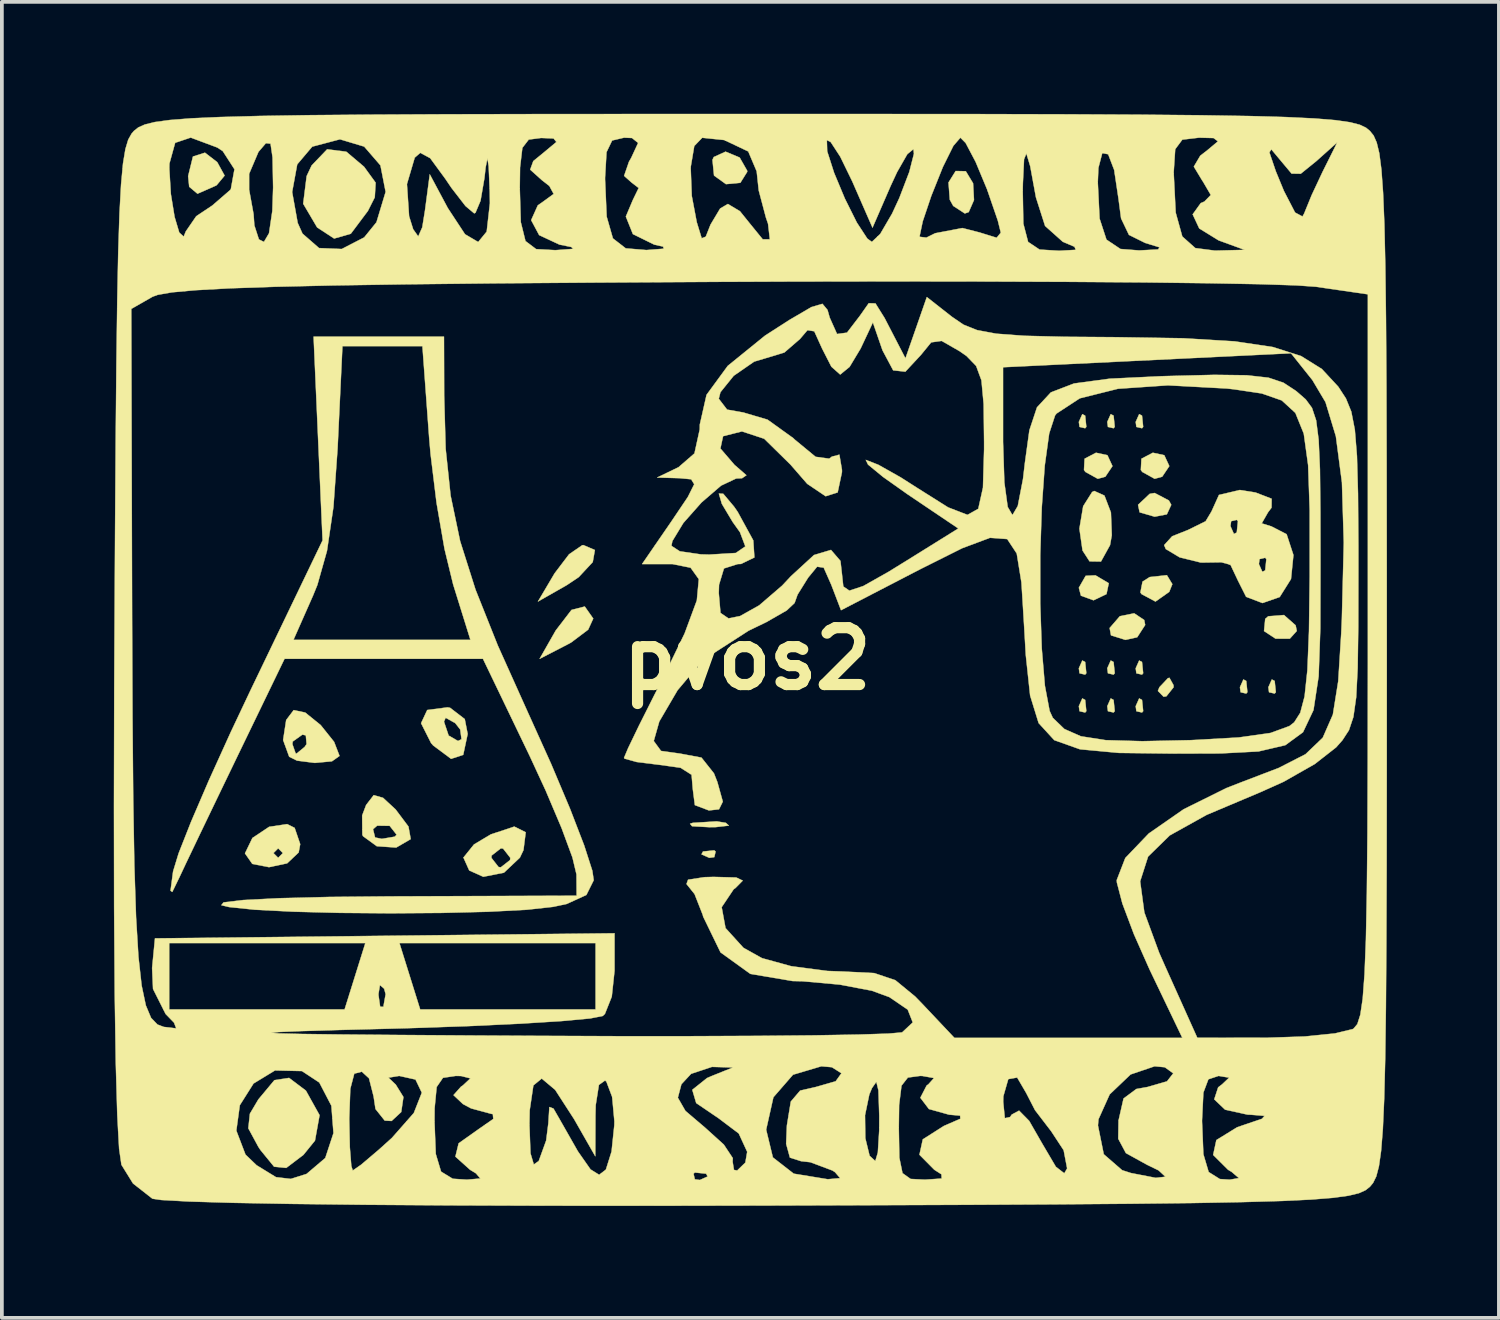
<source format=kicad_pcb>
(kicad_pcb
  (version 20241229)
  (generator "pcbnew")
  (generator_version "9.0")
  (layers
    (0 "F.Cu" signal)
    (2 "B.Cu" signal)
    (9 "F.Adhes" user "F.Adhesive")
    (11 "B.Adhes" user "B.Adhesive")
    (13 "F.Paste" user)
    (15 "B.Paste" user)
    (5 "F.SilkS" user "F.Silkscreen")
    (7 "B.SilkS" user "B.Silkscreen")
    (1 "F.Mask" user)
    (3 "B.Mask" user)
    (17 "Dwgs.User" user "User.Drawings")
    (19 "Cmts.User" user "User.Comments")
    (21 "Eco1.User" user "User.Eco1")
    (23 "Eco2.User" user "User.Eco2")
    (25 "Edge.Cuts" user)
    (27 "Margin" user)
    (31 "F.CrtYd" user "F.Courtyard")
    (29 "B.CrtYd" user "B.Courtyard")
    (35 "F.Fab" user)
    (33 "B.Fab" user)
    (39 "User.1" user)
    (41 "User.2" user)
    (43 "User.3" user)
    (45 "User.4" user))
  (footprint "pvos2"
    (layer "F.Cu")
    (at 16.979 14.61)
    (property "Reference" "pvos2" (at 0 0 0) (layer "F.SilkS") (effects (font (size 1.524 1.524) (thickness 0.3))))
    (attr through_hole)
    (fp_poly (pts (xy -0.847 5.165) (xy -0.882 5.316) (xy -1.016 5.334) (xy -1.225 5.241) (xy -1.185 5.165) (xy -0.884 5.134) (xy -0.847 5.165)) (stroke (width 0.01) (type solid)) (fill yes) (layer "F.SilkS"))
    (fp_poly (pts (xy 9.059 -6.519) (xy 9.09 -6.218) (xy 9.059 -6.181) (xy 8.908 -6.216) (xy 8.89 -6.35) (xy 8.983 -6.559) (xy 9.059 -6.519)) (stroke (width 0.01) (type solid)) (fill yes) (layer "F.SilkS"))
    (fp_poly (pts (xy 9.059 0.085) (xy 9.09 0.386) (xy 9.059 0.423) (xy 8.908 0.388) (xy 8.89 0.254) (xy 8.983 0.045) (xy 9.059 0.085)) (stroke (width 0.01) (type solid)) (fill yes) (layer "F.SilkS"))
    (fp_poly (pts (xy 9.059 1.101) (xy 9.09 1.402) (xy 9.059 1.439) (xy 8.908 1.404) (xy 8.89 1.27) (xy 8.983 1.061) (xy 9.059 1.101)) (stroke (width 0.01) (type solid)) (fill yes) (layer "F.SilkS"))
    (fp_poly (pts (xy 9.821 -6.519) (xy 9.852 -6.218) (xy 9.821 -6.181) (xy 9.67 -6.216) (xy 9.652 -6.35) (xy 9.745 -6.559) (xy 9.821 -6.519)) (stroke (width 0.01) (type solid)) (fill yes) (layer "F.SilkS"))
    (fp_poly (pts (xy 9.821 0.085) (xy 9.852 0.386) (xy 9.821 0.423) (xy 9.67 0.388) (xy 9.652 0.254) (xy 9.745 0.045) (xy 9.821 0.085)) (stroke (width 0.01) (type solid)) (fill yes) (layer "F.SilkS"))
    (fp_poly (pts (xy 9.821 1.101) (xy 9.852 1.402) (xy 9.821 1.439) (xy 9.67 1.404) (xy 9.652 1.27) (xy 9.745 1.061) (xy 9.821 1.101)) (stroke (width 0.01) (type solid)) (fill yes) (layer "F.SilkS"))
    (fp_poly (pts (xy 10.583 -6.519) (xy 10.614 -6.218) (xy 10.583 -6.181) (xy 10.432 -6.216) (xy 10.414 -6.35) (xy 10.507 -6.559) (xy 10.583 -6.519)) (stroke (width 0.01) (type solid)) (fill yes) (layer "F.SilkS"))
    (fp_poly (pts (xy 10.583 0.085) (xy 10.614 0.386) (xy 10.583 0.423) (xy 10.432 0.388) (xy 10.414 0.254) (xy 10.507 0.045) (xy 10.583 0.085)) (stroke (width 0.01) (type solid)) (fill yes) (layer "F.SilkS"))
    (fp_poly (pts (xy 10.583 1.101) (xy 10.614 1.402) (xy 10.583 1.439) (xy 10.432 1.404) (xy 10.414 1.27) (xy 10.507 1.061) (xy 10.583 1.101)) (stroke (width 0.01) (type solid)) (fill yes) (layer "F.SilkS"))
    (fp_poly (pts (xy 13.377 0.593) (xy 13.408 0.894) (xy 13.377 0.931) (xy 13.226 0.896) (xy 13.208 0.762) (xy 13.301 0.553) (xy 13.377 0.593)) (stroke (width 0.01) (type solid)) (fill yes) (layer "F.SilkS"))
    (fp_poly (pts (xy 14.139 0.593) (xy 14.17 0.894) (xy 14.139 0.931) (xy 13.988 0.896) (xy 13.97 0.762) (xy 14.063 0.553) (xy 14.139 0.593)) (stroke (width 0.01) (type solid)) (fill yes) (layer "F.SilkS"))
    (fp_poly (pts (xy 9.692 -2.026) (xy 9.631 -1.735) (xy 9.284 -1.569) (xy 8.946 -1.692) (xy 8.89 -1.905) (xy 9.073 -2.225) (xy 9.335 -2.238) (xy 9.692 -2.026)) (stroke (width 0.01) (type solid)) (fill yes) (layer "F.SilkS"))
    (fp_poly (pts (xy -4.127 -1.079) (xy -4.263 -0.782) (xy -4.721 -0.437) (xy -4.798 -0.395) (xy -5.565 0.001) (xy -5.132 -0.76) (xy -4.709 -1.311) (xy -4.354 -1.402) (xy -4.127 -1.079)) (stroke (width 0.01) (type solid)) (fill yes) (layer "F.SilkS"))
    (fp_poly (pts (xy -0.572 4.397) (xy -0.492 4.471) (xy -0.844 4.511) (xy -1.016 4.513) (xy -1.478 4.487) (xy -1.533 4.421) (xy -1.46 4.397) (xy -0.816 4.357) (xy -0.572 4.397)) (stroke (width 0.01) (type solid)) (fill yes) (layer "F.SilkS"))
    (fp_poly (pts (xy 9.656 -5.458) (xy 9.791 -5.166) (xy 9.6 -4.882) (xy 9.398 -4.826) (xy 9.067 -5.009) (xy 9.028 -5.062) (xy 9.044 -5.364) (xy 9.35 -5.524) (xy 9.656 -5.458)) (stroke (width 0.01) (type solid)) (fill yes) (layer "F.SilkS"))
    (fp_poly (pts (xy 10.642 -1.04) (xy 10.668 -0.908) (xy 10.454 -0.578) (xy 10.139 -0.508) (xy 9.752 -0.629) (xy 9.715 -0.826) (xy 9.989 -1.142) (xy 10.373 -1.22) (xy 10.642 -1.04)) (stroke (width 0.01) (type solid)) (fill yes) (layer "F.SilkS"))
    (fp_poly (pts (xy 11.18 -5.458) (xy 11.315 -5.166) (xy 11.124 -4.882) (xy 10.922 -4.826) (xy 10.591 -5.009) (xy 10.552 -5.062) (xy 10.568 -5.364) (xy 10.874 -5.524) (xy 11.18 -5.458)) (stroke (width 0.01) (type solid)) (fill yes) (layer "F.SilkS"))
    (fp_poly (pts (xy 11.303 -4.245) (xy 11.367 -4.128) (xy 11.249 -3.873) (xy 10.922 -3.81) (xy 10.519 -3.927) (xy 10.477 -4.128) (xy 10.789 -4.422) (xy 10.922 -4.445) (xy 11.303 -4.245)) (stroke (width 0.01) (type solid)) (fill yes) (layer "F.SilkS"))
    (fp_poly (pts (xy 11.396 -2.002) (xy 11.313 -1.795) (xy 10.944 -1.535) (xy 10.569 -1.736) (xy 10.54 -1.78) (xy 10.597 -2.069) (xy 10.79 -2.192) (xy 11.25 -2.242) (xy 11.396 -2.002)) (stroke (width 0.01) (type solid)) (fill yes) (layer "F.SilkS"))
    (fp_poly (pts (xy 11.427 0.705) (xy 11.43 0.762) (xy 11.235 1.006) (xy 11.161 1.016) (xy 11.009 0.86) (xy 11.049 0.762) (xy 11.277 0.52) (xy 11.318 0.508) (xy 11.427 0.705)) (stroke (width 0.01) (type solid)) (fill yes) (layer "F.SilkS"))
    (fp_poly (pts (xy 14.701 -0.898) (xy 14.732 -0.747) (xy 14.545 -0.54) (xy 14.162 -0.541) (xy 13.854 -0.744) (xy 13.886 -1.071) (xy 13.966 -1.14) (xy 14.388 -1.174) (xy 14.701 -0.898)) (stroke (width 0.01) (type solid)) (fill yes) (layer "F.SilkS"))
    (fp_poly (pts (xy -14.206 -13.313) (xy -14.008 -12.953) (xy -14.221 -12.697) (xy -14.24 -12.685) (xy -14.735 -12.467) (xy -14.957 -12.653) (xy -14.986 -12.939) (xy -14.857 -13.464) (xy -14.535 -13.567) (xy -14.206 -13.313)) (stroke (width 0.01) (type solid)) (fill yes) (layer "F.SilkS"))
    (fp_poly (pts (xy -4.083 -2.916) (xy -4.14 -2.594) (xy -4.516 -2.19) (xy -4.839 -1.974) (xy -5.61 -1.535) (xy -5.163 -2.291) (xy -4.775 -2.802) (xy -4.422 -3.045) (xy -4.39 -3.048) (xy -4.083 -2.916)) (stroke (width 0.01) (type solid)) (fill yes) (layer "F.SilkS"))
    (fp_poly (pts (xy -0.202 -13.437) (xy -0.001 -13.085) (xy 0 -13.054) (xy -0.184 -12.76) (xy -0.569 -12.724) (xy -0.889 -12.954) (xy -0.931 -13.374) (xy -0.896 -13.451) (xy -0.58 -13.595) (xy -0.202 -13.437)) (stroke (width 0.01) (type solid)) (fill yes) (layer "F.SilkS"))
    (fp_poly (pts (xy 5.86 -13.07) (xy 6.055 -12.747) (xy 6.079 -12.298) (xy 5.938 -11.975) (xy 5.834 -11.938) (xy 5.523 -12.14) (xy 5.431 -12.307) (xy 5.396 -12.768) (xy 5.588 -13.076) (xy 5.86 -13.07)) (stroke (width 0.01) (type solid)) (fill yes) (layer "F.SilkS"))
    (fp_poly (pts (xy 9.576 -4.376) (xy 9.75 -3.922) (xy 9.773 -3.312) (xy 9.726 -3.048) (xy 9.483 -2.608) (xy 9.177 -2.613) (xy 8.989 -2.903) (xy 8.905 -3.489) (xy 9.006 -4.091) (xy 9.246 -4.471) (xy 9.302 -4.499) (xy 9.576 -4.376)) (stroke (width 0.01) (type solid)) (fill yes) (layer "F.SilkS"))
    (fp_poly (pts (xy -10.746 -13.593) (xy -10.271 -13.191) (xy -9.96 -12.763) (xy -9.983 -12.371) (xy -10.168 -12.005) (xy -10.626 -11.394) (xy -11.072 -11.266) (xy -11.528 -11.564) (xy -11.902 -12.199) (xy -11.809 -12.94) (xy -11.675 -13.225) (xy -11.26 -13.658) (xy -10.746 -13.593)) (stroke (width 0.01) (type solid)) (fill yes) (layer "F.SilkS"))
    (fp_poly (pts (xy -11.829 11.575) (xy -11.463 12.233) (xy -11.586 12.915) (xy -11.895 13.296) (xy -12.356 13.646) (xy -12.682 13.614) (xy -13.048 13.166) (xy -13.104 13.081) (xy -13.373 12.584) (xy -13.33 12.193) (xy -13.104 11.811) (xy -12.673 11.294) (xy -12.281 11.234) (xy -11.829 11.575)) (stroke (width 0.01) (type solid)) (fill yes) (layer "F.SilkS"))
    (fp_poly (pts (xy -12.131 4.531) (xy -11.982 4.968) (xy -12.023 5.19) (xy -12.332 5.482) (xy -12.818 5.585) (xy -13.266 5.497) (xy -13.462 5.216) (xy -13.458 5.207) (xy -12.7 5.207) (xy -12.573 5.334) (xy -12.446 5.207) (xy -12.573 5.08) (xy -12.7 5.207) (xy -13.458 5.207) (xy -13.263 4.802) (xy -12.814 4.503) (xy -12.332 4.431) (xy -12.131 4.531)) (stroke (width 0.01) (type solid)) (fill yes) (layer "F.SilkS"))
    (fp_poly (pts (xy -7.964 1.313) (xy -7.571 1.615) (xy -7.493 2.014) (xy -7.612 2.573) (xy -7.937 2.681) (xy -8.416 2.324) (xy -8.473 2.259) (xy -8.742 1.726) (xy -8.723 1.685) (xy -8.128 1.685) (xy -8.003 2.057) (xy -7.752 2.202) (xy -7.658 2.155) (xy -7.693 1.894) (xy -7.827 1.723) (xy -8.083 1.58) (xy -8.128 1.685) (xy -8.723 1.685) (xy -8.577 1.372) (xy -8.034 1.301) (xy -7.964 1.313)) (stroke (width 0.01) (type solid)) (fill yes) (layer "F.SilkS"))
    (fp_poly (pts (xy -5.937 4.649) (xy -5.997 5.127) (xy -6.093 5.329) (xy -6.521 5.733) (xy -7.074 5.842) (xy -7.451 5.673) (xy -7.603 5.334) (xy -6.858 5.334) (xy -6.665 5.581) (xy -6.604 5.588) (xy -6.357 5.395) (xy -6.35 5.334) (xy -6.543 5.087) (xy -6.604 5.08) (xy -6.851 5.273) (xy -6.858 5.334) (xy -7.603 5.334) (xy -7.606 5.327) (xy -7.323 4.975) (xy -6.872 4.706) (xy -6.243 4.497) (xy -5.937 4.649)) (stroke (width 0.01) (type solid)) (fill yes) (layer "F.SilkS"))
    (fp_poly (pts (xy -11.848 1.44) (xy -11.433 1.776) (xy -11.073 2.226) (xy -10.928 2.603) (xy -11.131 2.747) (xy -11.591 2.79) (xy -12.067 2.729) (xy -12.277 2.625) (xy -12.4 2.286) (xy -12.192 2.286) (xy -12.105 2.533) (xy -12.08 2.54) (xy -11.863 2.362) (xy -11.811 2.286) (xy -11.831 2.052) (xy -11.923 2.032) (xy -12.182 2.216) (xy -12.192 2.286) (xy -12.4 2.286) (xy -12.44 2.177) (xy -12.358 1.641) (xy -12.157 1.375) (xy -11.848 1.44)) (stroke (width 0.01) (type solid)) (fill yes) (layer "F.SilkS"))
    (fp_poly (pts (xy -9.761 3.726) (xy -9.423 4.039) (xy -9.08 4.496) (xy -9.02 4.831) (xy -9.023 4.835) (xy -9.409 5.059) (xy -9.929 5.023) (xy -10.298 4.754) (xy -10.316 4.714) (xy -10.318 4.568) (xy -10.03 4.568) (xy -9.975 4.789) (xy -9.794 4.826) (xy -9.446 4.767) (xy -9.398 4.714) (xy -9.584 4.477) (xy -9.919 4.472) (xy -10.03 4.568) (xy -10.318 4.568) (xy -10.321 4.198) (xy -10.215 3.918) (xy -10.011 3.654) (xy -9.761 3.726)) (stroke (width 0.01) (type solid)) (fill yes) (layer "F.SilkS"))
    (fp_poly (pts (xy 13.626 -4.458) (xy 14.058 -4.291) (xy 14.055 -4.052) (xy 13.961 -3.927) (xy 13.792 -3.631) (xy 14.031 -3.556) (xy 14.039 -3.556) (xy 14.459 -3.341) (xy 14.642 -2.782) (xy 14.577 -2.139) (xy 14.274 -1.656) (xy 13.811 -1.495) (xy 13.374 -1.662) (xy 13.156 -2.095) (xy 12.954 -2.522) (xy 12.887 -2.54) (xy 13.716 -2.54) (xy 13.809 -2.331) (xy 13.885 -2.371) (xy 13.916 -2.672) (xy 13.885 -2.709) (xy 13.734 -2.674) (xy 13.716 -2.54) (xy 12.887 -2.54) (xy 12.71 -2.588) (xy 12.161 -2.58) (xy 11.592 -2.72) (xy 11.221 -2.942) (xy 11.176 -3.048) (xy 11.391 -3.285) (xy 11.811 -3.452) (xy 12.023 -3.556) (xy 12.954 -3.556) (xy 13.047 -3.347) (xy 13.123 -3.387) (xy 13.154 -3.688) (xy 13.123 -3.725) (xy 12.972 -3.69) (xy 12.954 -3.556) (xy 12.023 -3.556) (xy 12.288 -3.687) (xy 12.446 -3.95) (xy 12.646 -4.393) (xy 13.204 -4.525) (xy 13.626 -4.458)) (stroke (width 0.01) (type solid)) (fill yes) (layer "F.SilkS"))
    (fp_poly (pts (xy -8.123 -7.048) (xy -8.083 -5.631) (xy -7.95 -4.374) (xy -7.695 -3.155) (xy -7.283 -1.856) (xy -6.685 -0.357) (xy -5.867 1.463) (xy -5.853 1.493) (xy -5.254 2.821) (xy -4.748 4.021) (xy -4.369 5.004) (xy -4.151 5.682) (xy -4.114 5.934) (xy -4.311 6.33) (xy -4.839 6.571) (xy -5.207 6.649) (xy -5.909 6.726) (xy -6.942 6.78) (xy -8.195 6.811) (xy -9.557 6.821) (xy -10.918 6.81) (xy -12.167 6.778) (xy -13.195 6.726) (xy -13.889 6.654) (xy -14.097 6.604) (xy -14.036 6.529) (xy -13.507 6.466) (xy -12.551 6.417) (xy -11.209 6.383) (xy -9.588 6.368) (xy -4.572 6.35) (xy -4.576 5.779) (xy -4.684 5.326) (xy -4.975 4.538) (xy -5.402 3.531) (xy -5.831 2.603) (xy -7.083 0) (xy -12.402 0) (xy -13.661 2.603) (xy -14.197 3.715) (xy -14.677 4.714) (xy -15.042 5.478) (xy -15.213 5.842) (xy -15.411 6.249) (xy -15.458 6.216) (xy -15.391 5.711) (xy -15.388 5.695) (xy -15.241 5.213) (xy -14.908 4.369) (xy -14.428 3.253) (xy -13.841 1.959) (xy -13.326 0.869) (xy -12.664 -0.508) (xy -12.163 -0.508) (xy -7.419 -0.508) (xy -7.883 -1.997) (xy -8.114 -2.947) (xy -8.328 -4.185) (xy -8.488 -5.494) (xy -8.526 -5.934) (xy -8.706 -8.382) (xy -9.778 -8.382) (xy -10.85 -8.382) (xy -10.98 -5.635) (xy -11.091 -4.072) (xy -11.264 -2.894) (xy -11.522 -1.98) (xy -11.637 -1.698) (xy -12.163 -0.508) (xy -12.664 -0.508) (xy -11.382 -3.175) (xy -11.623 -8.636) (xy -8.128 -8.636) (xy -8.123 -7.048)) (stroke (width 0.01) (type solid)) (fill yes) (layer "F.SilkS"))
    (fp_poly (pts (xy 3.394 -14.604) (xy 6.191 -14.602) (xy 8.555 -14.596) (xy 10.524 -14.586) (xy 12.136 -14.571) (xy 13.428 -14.55) (xy 14.439 -14.522) (xy 15.206 -14.485) (xy 15.767 -14.439) (xy 16.159 -14.383) (xy 16.42 -14.316) (xy 16.588 -14.236) (xy 16.691 -14.151) (xy 16.791 -14.027) (xy 16.874 -13.84) (xy 16.944 -13.55) (xy 17 -13.116) (xy 17.045 -12.496) (xy 17.08 -11.65) (xy 17.105 -10.537) (xy 17.123 -9.114) (xy 17.135 -7.343) (xy 17.141 -5.18) (xy 17.144 -2.586) (xy 17.145 -0.000001) (xy 17.144 2.995) (xy 17.141 5.524) (xy 17.133 7.627) (xy 17.121 9.344) (xy 17.102 10.719) (xy 17.075 11.79) (xy 17.039 12.601) (xy 16.992 13.19) (xy 16.934 13.601) (xy 16.863 13.873) (xy 16.777 14.048) (xy 16.692 14.151) (xy 16.574 14.244) (xy 16.396 14.324) (xy 16.118 14.391) (xy 15.704 14.448) (xy 15.115 14.495) (xy 14.313 14.533) (xy 13.26 14.563) (xy 11.917 14.588) (xy 10.248 14.607) (xy 8.212 14.623) (xy 5.774 14.636) (xy 2.894 14.647) (xy 0.436 14.655) (xy -2.604 14.661) (xy -5.426 14.659) (xy -7.993 14.65) (xy -10.268 14.634) (xy -12.214 14.611) (xy -13.793 14.582) (xy -14.967 14.547) (xy -15.701 14.507) (xy -15.942 14.472) (xy -16.463 14.064) (xy -16.774 13.562) (xy -16.836 13.134) (xy -16.863 12.647) (xy -13.694 12.647) (xy -13.449 13.289) (xy -13.151 13.575) (xy -12.631 13.894) (xy -12.234 13.941) (xy -11.812 13.808) (xy -11.31 13.381) (xy -11.09 12.713) (xy -11.12 12.327) (xy -10.668 12.327) (xy -10.652 13.09) (xy -10.612 13.594) (xy -10.573 13.716) (xy -10.348 13.56) (xy -9.877 13.16) (xy -9.524 12.842) (xy -9.138 12.404) (xy -8.382 12.404) (xy -8.348 13.272) (xy -8.206 13.746) (xy -7.893 13.937) (xy -7.514 13.962) (xy -7.153 13.93) (xy -7.272 13.791) (xy -7.429 13.696) (xy -7.822 13.343) (xy -7.735 12.987) (xy -7.176 12.591) (xy -7.027 12.488) (xy -5.838 12.488) (xy -5.809 13.256) (xy -5.72 13.554) (xy -5.588 13.462) (xy -5.389 12.913) (xy -5.33 12.446) (xy -5.303 12.014) (xy -5.193 12.055) (xy -5.041 12.319) (xy -4.538 13.203) (xy -4.199 13.687) (xy -3.968 13.831) (xy -3.929 13.801) (xy -1.439 13.801) (xy -1.404 13.952) (xy -1.27 13.97) (xy -1.061 13.877) (xy -1.101 13.801) (xy -1.402 13.77) (xy -1.439 13.801) (xy -3.929 13.801) (xy -3.791 13.694) (xy -3.786 13.686) (xy -3.636 13.208) (xy -3.562 12.499) (xy -3.56 12.397) (xy -3.618 11.764) (xy -1.859 11.764) (xy -1.656 12.118) (xy -1.133 12.563) (xy -0.627 13.021) (xy -0.386 13.384) (xy -0.391 13.479) (xy -0.355 13.7) (xy -0.269 13.716) (xy -0.05 13.504) (xy 0 13.215) (xy -0.227 12.722) (xy -0.362 12.621) (xy 0.508 12.621) (xy 0.688 13.365) (xy 1.248 13.801) (xy 2.159 13.95) (xy 2.491 13.921) (xy 2.355 13.762) (xy 2.286 13.716) (xy 1.694 13.494) (xy 1.445 13.466) (xy 1.145 13.37) (xy 1.044 13.001) (xy 1.064 12.509) (xy 1.109 12.234) (xy 3.158 12.234) (xy 3.166 12.849) (xy 3.281 13.321) (xy 3.434 13.462) (xy 3.502 13.234) (xy 3.538 12.654) (xy 3.539 12.573) (xy 4.064 12.573) (xy 4.078 13.372) (xy 4.163 13.787) (xy 4.38 13.942) (xy 4.763 13.962) (xy 5.213 13.931) (xy 5.207 13.818) (xy 5.016 13.696) (xy 4.617 13.293) (xy 4.707 12.881) (xy 5.271 12.522) (xy 5.714 12.329) (xy 5.707 12.245) (xy 5.412 12.219) (xy 4.871 12.068) (xy 4.724 11.874) (xy 6.862 11.874) (xy 6.906 12.313) (xy 7.047 12.282) (xy 7.091 12.217) (xy 7.288 12.111) (xy 7.559 12.386) (xy 7.899 12.979) (xy 8.274 13.616) (xy 8.5 13.791) (xy 8.576 13.66) (xy 8.483 13.173) (xy 8.148 12.663) (xy 8.03 12.509) (xy 9.402 12.509) (xy 9.558 13.28) (xy 10.051 13.708) (xy 10.287 13.784) (xy 10.952 13.913) (xy 11.211 13.883) (xy 11.028 13.713) (xy 10.716 13.561) (xy 10.151 13.249) (xy 9.946 12.865) (xy 9.953 12.404) (xy 12.192 12.404) (xy 12.228 13.279) (xy 12.37 13.757) (xy 12.67 13.945) (xy 12.933 13.962) (xy 13.18 13.919) (xy 12.985 13.752) (xy 12.89 13.696) (xy 12.49 13.298) (xy 12.576 12.9) (xy 13.131 12.558) (xy 13.271 12.509) (xy 13.799 12.33) (xy 13.866 12.251) (xy 13.499 12.221) (xy 13.413 12.218) (xy 12.81 12.085) (xy 12.519 11.808) (xy 12.624 11.487) (xy 12.731 11.405) (xy 12.919 11.227) (xy 12.636 11.18) (xy 12.362 11.271) (xy 12.228 11.628) (xy 12.192 12.369) (xy 12.192 12.404) (xy 9.953 12.404) (xy 9.954 12.375) (xy 10.088 11.786) (xy 10.431 11.531) (xy 10.732 11.477) (xy 11.253 11.326) (xy 11.421 11.111) (xy 11.194 10.948) (xy 10.922 10.922) (xy 10.277 11.141) (xy 9.716 11.676) (xy 9.416 12.343) (xy 9.402 12.509) (xy 8.03 12.509) (xy 7.715 12.098) (xy 7.479 11.639) (xy 7.237 11.224) (xy 6.998 11.266) (xy 6.866 11.727) (xy 6.862 11.874) (xy 4.724 11.874) (xy 4.641 11.766) (xy 4.81 11.438) (xy 4.857 11.405) (xy 5.007 11.237) (xy 4.69 11.181) (xy 4.636 11.18) (xy 4.307 11.224) (xy 4.136 11.442) (xy 4.072 11.958) (xy 4.064 12.573) (xy 3.539 12.573) (xy 3.54 12.255) (xy 3.518 11.571) (xy 3.462 11.339) (xy 3.345 11.506) (xy 3.273 11.678) (xy 3.158 12.234) (xy 1.109 12.234) (xy 1.169 11.868) (xy 1.419 11.574) (xy 1.841 11.477) (xy 2.372 11.324) (xy 2.526 11.109) (xy 2.27 10.947) (xy 1.988 10.922) (xy 1.228 11.148) (xy 0.702 11.753) (xy 0.508 12.621) (xy -0.362 12.621) (xy -0.762 12.319) (xy -1.367 11.908) (xy -1.472 11.553) (xy -1.077 11.238) (xy -0.953 11.184) (xy -0.381 10.954) (xy -0.944 10.938) (xy -1.504 11.124) (xy -1.764 11.404) (xy -1.859 11.764) (xy -3.618 11.764) (xy -3.62 11.743) (xy -3.774 11.335) (xy -3.81 11.303) (xy -3.975 11.421) (xy -4.061 11.965) (xy -4.068 12.241) (xy -4.072 13.335) (xy -4.64 12.339) (xy -5.148 11.553) (xy -5.508 11.251) (xy -5.732 11.435) (xy -5.831 12.105) (xy -5.838 12.488) (xy -7.027 12.488) (xy -6.806 12.334) (xy -6.819 12.202) (xy -6.858 12.198) (xy -7.401 12.051) (xy -7.62 11.934) (xy -7.873 11.695) (xy -7.671 11.468) (xy -7.62 11.434) (xy -7.419 11.246) (xy -7.669 11.183) (xy -7.811 11.18) (xy -8.155 11.231) (xy -8.324 11.477) (xy -8.379 12.046) (xy -8.382 12.404) (xy -9.138 12.404) (xy -8.936 12.174) (xy -8.722 11.63) (xy -8.891 11.277) (xy -9.327 11.18) (xy -9.616 11.227) (xy -9.43 11.405) (xy -9.424 11.408) (xy -9.215 11.746) (xy -9.274 12.148) (xy -9.532 12.388) (xy -9.716 12.378) (xy -9.964 12.067) (xy -10.014 11.732) (xy -10.138 11.244) (xy -10.331 11.067) (xy -10.533 11.12) (xy -10.639 11.526) (xy -10.668 12.327) (xy -11.12 12.327) (xy -11.146 11.98) (xy -11.47 11.357) (xy -11.936 11.05) (xy -12.657 11.033) (xy -13.233 11.384) (xy -13.601 11.967) (xy -13.694 12.647) (xy -16.863 12.647) (xy -16.886 12.215) (xy -16.926 10.821) (xy -16.954 8.967) (xy -16.97 6.671) (xy -16.974 3.949) (xy -16.967 0.817) (xy -16.961 -0.406) (xy -16.945 -3.355) (xy -16.928 -5.837) (xy -16.909 -7.895) (xy -16.889 -9.38) (xy -16.51 -9.38) (xy -16.488 -1.071) (xy -16.477 1.579) (xy -16.458 3.766) (xy -16.428 5.532) (xy -16.382 6.924) (xy -16.318 7.985) (xy -16.232 8.759) (xy -16.12 9.29) (xy -15.98 9.624) (xy -15.808 9.803) (xy -15.639 9.867) (xy -15.306 9.906) (xy -15.364 9.753) (xy -15.589 9.521) (xy -15.927 8.849) (xy -15.952 8.287) (xy -15.887 7.62) (xy -15.494 7.62) (xy -15.494 9.398) (xy -10.792 9.398) (xy -10.666 8.996) (xy -9.886 8.996) (xy -9.839 9.325) (xy -9.753 9.329) (xy -9.692 8.989) (xy -9.732 8.842) (xy -9.845 8.746) (xy -9.886 8.996) (xy -10.666 8.996) (xy -10.514 8.509) (xy -10.236 7.62) (xy -9.322 7.62) (xy -9.044 8.509) (xy -8.766 9.398) (xy -4.064 9.398) (xy -4.064 7.62) (xy -9.322 7.62) (xy -10.236 7.62) (xy -15.494 7.62) (xy -15.887 7.62) (xy -15.875 7.493) (xy -9.716 7.425) (xy -3.556 7.357) (xy -3.556 8.362) (xy -3.63 9.055) (xy -3.814 9.518) (xy -3.873 9.574) (xy -4.212 9.64) (xy -4.98 9.711) (xy -6.097 9.781) (xy -7.485 9.846) (xy -9.064 9.9) (xy -9.652 9.916) (xy -10.982 9.95) (xy -11.955 9.979) (xy -12.555 10.004) (xy -12.763 10.024) (xy -12.562 10.041) (xy -11.935 10.056) (xy -10.864 10.07) (xy -9.332 10.083) (xy -7.321 10.097) (xy -5.672 10.106) (xy -3.52 10.115) (xy -1.519 10.115) (xy 0.272 10.107) (xy 1.792 10.093) (xy 2.985 10.072) (xy 3.79 10.046) (xy 4.149 10.014) (xy 4.154 10.012) (xy 4.438 9.747) (xy 4.303 9.404) (xy 3.811 9.068) (xy 3.34 8.896) (xy 2.482 8.733) (xy 1.484 8.643) (xy 1.216 8.637) (xy 0.084 8.445) (xy -0.715 7.869) (xy -1.18 6.911) (xy -1.192 6.863) (xy -1.411 6.306) (xy -1.627 6.036) (xy -1.585 5.921) (xy -1.148 5.853) (xy -0.904 5.846) (xy -0.293 5.862) (xy -0.119 5.945) (xy -0.311 6.14) (xy -0.364 6.179) (xy -0.684 6.657) (xy -0.581 7.217) (xy -0.1 7.747) (xy 0.397 8.024) (xy 1.177 8.239) (xy 2.151 8.367) (xy 2.565 8.382) (xy 3.404 8.424) (xy 3.971 8.615) (xy 4.503 9.052) (xy 4.715 9.271) (xy 5.554 10.16) (xy 11.664 10.16) (xy 10.785 8.326) (xy 10.367 7.384) (xy 10.056 6.557) (xy 9.91 5.997) (xy 9.906 5.931) (xy 10.135 5.339) (xy 10.763 4.683) (xy 11.698 4.033) (xy 12.85 3.462) (xy 13.217 3.319) (xy 14.25 2.924) (xy 14.966 2.557) (xy 15.428 2.115) (xy 15.699 1.496) (xy 15.843 0.599) (xy 15.923 -0.68) (xy 15.94 -1.058) (xy 15.992 -3.113) (xy 15.942 -4.729) (xy 15.78 -5.964) (xy 15.502 -6.88) (xy 15.151 -7.471) (xy 14.578 -8.19) (xy 6.858 -7.816) (xy 6.858 -5.813) (xy 6.893 -4.73) (xy 6.983 -4.071) (xy 7.11 -3.853) (xy 7.253 -4.096) (xy 7.393 -4.82) (xy 7.443 -5.247) (xy 7.564 -6.126) (xy 7.768 -6.741) (xy 8.14 -7.142) (xy 8.762 -7.381) (xy 9.717 -7.509) (xy 11.089 -7.575) (xy 11.251 -7.58) (xy 12.52 -7.612) (xy 13.392 -7.601) (xy 13.973 -7.536) (xy 14.374 -7.402) (xy 14.702 -7.187) (xy 14.736 -7.16) (xy 14.971 -6.955) (xy 15.139 -6.727) (xy 15.251 -6.392) (xy 15.318 -5.87) (xy 15.353 -5.077) (xy 15.365 -3.932) (xy 15.367 -2.54) (xy 15.363 -0.815) (xy 15.318 0.467) (xy 15.18 1.373) (xy 14.899 1.967) (xy 14.424 2.315) (xy 13.704 2.483) (xy 12.689 2.536) (xy 11.43 2.54) (xy 9.961 2.522) (xy 8.921 2.425) (xy 8.231 2.18) (xy 7.812 1.723) (xy 7.584 0.985) (xy 7.468 -0.1) (xy 7.425 -0.842) (xy 7.386 -1.486) (xy 7.855 -1.486) (xy 7.896 -0.277) (xy 7.98 0.723) (xy 8.107 1.397) (xy 8.191 1.581) (xy 8.503 1.882) (xy 8.943 2.076) (xy 9.608 2.18) (xy 10.592 2.208) (xy 11.895 2.18) (xy 13.175 2.108) (xy 14.029 1.987) (xy 14.535 1.802) (xy 14.662 1.703) (xy 14.825 1.447) (xy 14.941 1.008) (xy 15.016 0.305) (xy 15.059 -0.741) (xy 15.078 -2.21) (xy 15.078 -2.332) (xy 15.078 -3.979) (xy 15.036 -5.19) (xy 14.919 -6.037) (xy 14.694 -6.592) (xy 14.33 -6.926) (xy 13.794 -7.113) (xy 13.052 -7.224) (xy 12.853 -7.246) (xy 11.278 -7.331) (xy 9.939 -7.239) (xy 8.916 -6.983) (xy 8.292 -6.575) (xy 8.252 -6.523) (xy 8.095 -6.042) (xy 7.976 -5.18) (xy 7.896 -4.055) (xy 7.855 -2.784) (xy 7.855 -1.486) (xy 7.386 -1.486) (xy 7.351 -2.047) (xy 7.225 -2.823) (xy 6.97 -3.21) (xy 6.508 -3.244) (xy 5.762 -2.965) (xy 4.653 -2.41) (xy 4.446 -2.303) (xy 2.515 -1.303) (xy 2.254 -1.985) (xy 2.051 -2.444) (xy 1.874 -2.469) (xy 1.632 -2.174) (xy 1.35 -1.721) (xy 1.27 -1.496) (xy 1.059 -1.297) (xy 0.515 -0.985) (xy 0.039 -0.755) (xy -1.186 0.034) (xy -1.866 0.841) (xy -2.357 1.68) (xy -2.505 2.203) (xy -2.31 2.469) (xy -1.803 2.54) (xy -1.226 2.648) (xy -0.891 3.07) (xy -0.8 3.302) (xy -0.654 3.828) (xy -0.756 4.034) (xy -1.026 4.064) (xy -1.403 3.921) (xy -1.458 3.493) (xy -1.491 3.108) (xy -1.787 2.92) (xy -2.349 2.842) (xy -2.962 2.766) (xy -3.286 2.676) (xy -3.302 2.655) (xy -3.193 2.396) (xy -2.904 1.796) (xy -2.486 0.964) (xy -2.287 0.575) (xy -1.678 -0.679) (xy -1.35 -1.565) (xy -1.297 -2.135) (xy -1.517 -2.442) (xy -2.004 -2.54) (xy -2.044 -2.54) (xy -2.818 -2.54) (xy -2.482 -3.029) (xy -2.032 -3.029) (xy -1.807 -2.882) (xy -1.244 -2.8) (xy -1.016 -2.794) (xy -0.306 -2.837) (xy -0.05 -3.013) (xy -0.194 -3.395) (xy -0.389 -3.668) (xy -0.68 -4.155) (xy -0.76 -4.43) (xy -0.642 -4.424) (xy -0.349 -4.075) (xy -0.254 -3.937) (xy 0.163 -3.174) (xy 0.193 -2.717) (xy -0.166 -2.543) (xy -0.254 -2.54) (xy -0.623 -2.423) (xy -0.755 -1.986) (xy -0.762 -1.761) (xy -0.716 -1.23) (xy -0.502 -1.084) (xy -0.191 -1.146) (xy 0.321 -1.433) (xy 0.937 -1.963) (xy 1.173 -2.215) (xy 1.79 -2.782) (xy 2.246 -2.919) (xy 2.5 -2.624) (xy 2.54 -2.271) (xy 2.576 -1.94) (xy 2.739 -1.827) (xy 3.112 -1.951) (xy 3.781 -2.328) (xy 4.29 -2.642) (xy 5.659 -3.494) (xy 4.294 -4.414) (xy 3.64 -4.877) (xy 3.239 -5.207) (xy 3.178 -5.333) (xy 3.516 -5.201) (xy 4.114 -4.864) (xy 4.572 -4.572) (xy 5.387 -4.059) (xy 5.905 -3.859) (xy 6.194 -4.021) (xy 6.32 -4.59) (xy 6.35 -5.612) (xy 6.35 -5.813) (xy 6.338 -6.828) (xy 6.279 -7.465) (xy 6.137 -7.851) (xy 5.879 -8.117) (xy 5.691 -8.248) (xy 5.213 -8.522) (xy 4.932 -8.483) (xy 4.66 -8.15) (xy 4.239 -7.697) (xy 3.913 -7.733) (xy 3.628 -8.268) (xy 3.61 -8.319) (xy 3.369 -9.017) (xy 3.041 -8.319) (xy 2.744 -7.825) (xy 2.493 -7.62) (xy 2.256 -7.831) (xy 2.007 -8.319) (xy 1.798 -8.78) (xy 1.616 -8.81) (xy 1.414 -8.573) (xy 0.996 -8.211) (xy 0.727 -8.128) (xy 0.187 -7.967) (xy -0.362 -7.587) (xy -0.718 -7.146) (xy -0.762 -6.971) (xy -0.539 -6.68) (xy -0.107 -6.604) (xy 0.545 -6.411) (xy 1.235 -5.915) (xy 1.274 -5.877) (xy 1.834 -5.415) (xy 2.198 -5.366) (xy 2.27 -5.42) (xy 2.471 -5.473) (xy 2.54 -5.064) (xy 2.54 -5.004) (xy 2.425 -4.46) (xy 2.103 -4.358) (xy 1.609 -4.691) (xy 1.16 -5.207) (xy 0.456 -5.899) (xy -0.14 -6.096) (xy -0.647 -5.968) (xy -0.718 -5.638) (xy -0.335 -5.193) (xy -0.318 -5.18) (xy -0.021 -4.921) (xy -0.138 -4.841) (xy -0.295 -4.834) (xy -0.7 -4.643) (xy -1.225 -4.191) (xy -1.712 -3.641) (xy -2.005 -3.158) (xy -2.032 -3.029) (xy -2.482 -3.029) (xy -2.032 -3.683) (xy -1.591 -4.338) (xy -1.42 -4.68) (xy -1.502 -4.813) (xy -1.817 -4.843) (xy -1.829 -4.843) (xy -2.413 -4.86) (xy -1.841 -5.136) (xy -1.414 -5.506) (xy -1.272 -6.153) (xy -1.27 -6.281) (xy -1.09 -7.076) (xy -0.521 -7.853) (xy 0.479 -8.664) (xy 1.132 -9.084) (xy 1.722 -9.429) (xy 2.017 -9.516) (xy 2.153 -9.352) (xy 2.211 -9.147) (xy 2.408 -8.707) (xy 2.675 -8.743) (xy 3.019 -9.192) (xy 3.258 -9.532) (xy 3.438 -9.527) (xy 3.684 -9.133) (xy 3.804 -8.901) (xy 4.242 -8.054) (xy 4.529 -8.876) (xy 4.815 -9.697) (xy 5.49 -9.167) (xy 5.798 -8.957) (xy 6.163 -8.811) (xy 6.676 -8.715) (xy 7.43 -8.659) (xy 8.515 -8.632) (xy 9.877 -8.622) (xy 11.686 -8.593) (xy 13.066 -8.51) (xy 14.094 -8.357) (xy 14.847 -8.116) (xy 15.404 -7.769) (xy 15.84 -7.299) (xy 15.851 -7.284) (xy 16.05 -6.978) (xy 16.193 -6.626) (xy 16.288 -6.141) (xy 16.345 -5.437) (xy 16.373 -4.428) (xy 16.383 -3.028) (xy 16.383 -2.415) (xy 16.38 -0.87) (xy 16.364 0.251) (xy 16.324 1.032) (xy 16.249 1.559) (xy 16.13 1.913) (xy 15.956 2.181) (xy 15.785 2.374) (xy 15.213 2.821) (xy 14.377 3.296) (xy 13.753 3.576) (xy 12.315 4.183) (xy 11.327 4.733) (xy 10.746 5.301) (xy 10.533 5.965) (xy 10.646 6.799) (xy 11.043 7.879) (xy 11.211 8.259) (xy 12.065 10.159) (xy 13.97 10.156) (xy 14.948 10.123) (xy 15.755 10.041) (xy 16.23 9.926) (xy 16.256 9.911) (xy 16.355 9.792) (xy 16.435 9.54) (xy 16.499 9.109) (xy 16.548 8.453) (xy 16.585 7.524) (xy 16.61 6.277) (xy 16.626 4.664) (xy 16.634 2.641) (xy 16.637 0.159) (xy 16.637 -0.05) (xy 16.637 -9.771) (xy 15.24 -9.974) (xy 14.73 -10.01) (xy 13.763 -10.042) (xy 12.389 -10.068) (xy 10.66 -10.09) (xy 8.625 -10.105) (xy 6.336 -10.114) (xy 3.844 -10.117) (xy 1.199 -10.113) (xy -0.762 -10.105) (xy -4.027 -10.086) (xy -6.817 -10.065) (xy -9.165 -10.039) (xy -11.103 -10.009) (xy -12.665 -9.973) (xy -13.883 -9.931) (xy -14.79 -9.881) (xy -15.419 -9.824) (xy -15.802 -9.757) (xy -15.938 -9.707) (xy -16.51 -9.38) (xy -16.889 -9.38) (xy -16.887 -9.57) (xy -16.86 -10.904) (xy -16.826 -11.939) (xy -16.784 -12.715) (xy -16.744 -13.145) (xy -15.491 -13.145) (xy -15.449 -12.458) (xy -15.349 -11.845) (xy -15.224 -11.426) (xy -15.105 -11.319) (xy -15.048 -11.458) (xy -14.769 -11.864) (xy -14.339 -12.151) (xy -13.843 -12.58) (xy -13.767 -13.001) (xy -13.351 -13.001) (xy -13.351 -12.573) (xy -13.232 -11.92) (xy -13.211 -11.62) (xy -13.089 -11.243) (xy -12.954 -11.176) (xy -12.818 -11.407) (xy -12.729 -12.007) (xy -12.712 -12.513) (xy -12.198 -12.513) (xy -12.049 -11.684) (xy -11.921 -11.398) (xy -11.476 -11.01) (xy -10.869 -10.985) (xy -10.267 -11.296) (xy -9.938 -11.702) (xy -9.692 -12.517) (xy -9.733 -12.726) (xy -9.121 -12.726) (xy -9.063 -11.863) (xy -8.954 -11.514) (xy -8.818 -11.323) (xy -8.71 -11.566) (xy -8.637 -12.019) (xy -8.509 -12.988) (xy -8.025 -12.082) (xy -7.564 -11.381) (xy -7.211 -11.173) (xy -6.983 -11.451) (xy -6.897 -12.21) (xy -6.901 -12.509) (xy -6.905 -12.615) (xy -6.096 -12.615) (xy -6.069 -11.706) (xy -5.943 -11.198) (xy -5.657 -10.982) (xy -5.145 -10.954) (xy -5.101 -10.957) (xy -4.663 -10.989) (xy -4.715 -11.039) (xy -5.032 -11.103) (xy -5.577 -11.358) (xy -5.791 -11.759) (xy -5.613 -12.155) (xy -5.483 -12.246) (xy -5.187 -12.461) (xy -5.304 -12.676) (xy -5.507 -12.834) (xy -5.522 -12.848) (xy -3.81 -12.848) (xy -3.767 -11.854) (xy -3.6 -11.27) (xy -3.256 -11.003) (xy -2.703 -10.957) (xy -2.237 -10.993) (xy -2.254 -11.05) (xy -2.492 -11.103) (xy -3.064 -11.385) (xy -3.253 -11.855) (xy -3.066 -12.298) (xy -2.909 -12.621) (xy -3.101 -12.769) (xy -3.3 -12.946) (xy -3.22 -13.177) (xy -1.515 -13.177) (xy -1.486 -12.41) (xy -1.352 -11.703) (xy -1.22 -11.273) (xy -1.111 -11.315) (xy -0.983 -11.639) (xy -0.725 -12.071) (xy -0.518 -12.192) (xy -0.195 -11.999) (xy 0.059 -11.684) (xy 0.416 -11.245) (xy 0.607 -11.245) (xy 0.559 -11.662) (xy 0.502 -11.828) (xy 0.309 -12.556) (xy 0.254 -13.068) (xy 0.028 -13.601) (xy -0.61 -13.904) (xy 2.135 -13.904) (xy 2.144 -13.606) (xy 2.329 -13.029) (xy 2.618 -12.337) (xy 2.939 -11.694) (xy 3.22 -11.264) (xy 3.342 -11.176) (xy 3.487 -11.313) (xy 4.618 -11.313) (xy 4.803 -11.291) (xy 5.039 -11.408) (xy 5.769 -11.547) (xy 6.224 -11.43) (xy 6.687 -11.287) (xy 6.798 -11.423) (xy 6.718 -11.747) (xy 6.441 -12.552) (xy 7.386 -12.552) (xy 7.402 -11.666) (xy 7.53 -11.175) (xy 7.837 -10.97) (xy 8.361 -10.938) (xy 8.808 -10.963) (xy 8.773 -11.046) (xy 8.46 -11.179) (xy 7.985 -11.603) (xy 7.74 -12.369) (xy 7.666 -12.772) (xy 9.398 -12.772) (xy 9.446 -11.8) (xy 9.63 -11.237) (xy 10.005 -10.986) (xy 10.505 -10.947) (xy 11.016 -10.974) (xy 11.051 -11.031) (xy 10.668 -11.148) (xy 10.233 -11.364) (xy 10.022 -11.805) (xy 9.953 -12.329) (xy 9.845 -13.05) (xy 11.433 -13.05) (xy 11.433 -13.018) (xy 11.486 -11.961) (xy 11.663 -11.321) (xy 12.012 -11.01) (xy 12.539 -10.942) (xy 13.335 -10.962) (xy 12.636 -11.217) (xy 12.117 -11.537) (xy 11.941 -11.914) (xy 12.158 -12.216) (xy 12.255 -12.257) (xy 12.427 -12.433) (xy 12.212 -12.801) (xy 12.202 -12.813) (xy 11.972 -13.194) (xy 12.144 -13.485) (xy 12.261 -13.576) (xy 13.997 -13.576) (xy 14.17 -13.068) (xy 14.387 -12.541) (xy 14.686 -11.963) (xy 14.885 -11.857) (xy 14.93 -11.938) (xy 15.129 -12.426) (xy 15.432 -13.072) (xy 15.437 -13.081) (xy 15.817 -13.843) (xy 15.252 -13.338) (xy 14.838 -13.003) (xy 14.593 -13.007) (xy 14.328 -13.323) (xy 14.05 -13.656) (xy 13.997 -13.576) (xy 12.261 -13.576) (xy 12.314 -13.616) (xy 12.619 -13.871) (xy 12.501 -13.96) (xy 12.114 -13.97) (xy 11.664 -13.917) (xy 11.473 -13.66) (xy 11.433 -13.05) (xy 9.845 -13.05) (xy 9.838 -13.102) (xy 9.676 -13.525) (xy 9.518 -13.557) (xy 9.414 -13.159) (xy 9.398 -12.772) (xy 7.666 -12.772) (xy 7.586 -13.207) (xy 7.483 -13.546) (xy 7.421 -13.39) (xy 7.39 -12.746) (xy 7.386 -12.552) (xy 6.441 -12.552) (xy 6.431 -12.581) (xy 6.123 -13.321) (xy 5.856 -13.827) (xy 5.715 -13.97) (xy 5.526 -13.751) (xy 5.245 -13.184) (xy 4.934 -12.407) (xy 4.705 -11.726) (xy 4.618 -11.313) (xy 3.487 -11.313) (xy 3.566 -11.389) (xy 3.884 -11.934) (xy 4.079 -12.355) (xy 4.345 -13.051) (xy 4.469 -13.537) (xy 4.457 -13.662) (xy 4.293 -13.529) (xy 4.018 -13.048) (xy 3.844 -12.674) (xy 3.359 -11.557) (xy 2.816 -12.799) (xy 2.493 -13.462) (xy 2.237 -13.854) (xy 2.135 -13.904) (xy -0.61 -13.904) (xy -0.614 -13.906) (xy -1.206 -13.967) (xy -1.419 -13.746) (xy -1.515 -13.177) (xy -3.22 -13.177) (xy -3.17 -13.323) (xy -3.109 -13.429) (xy -2.924 -13.829) (xy -3.088 -13.961) (xy -3.3 -13.97) (xy -3.621 -13.894) (xy -3.771 -13.581) (xy -3.81 -12.899) (xy -3.81 -12.848) (xy -5.522 -12.848) (xy -5.817 -13.113) (xy -5.734 -13.342) (xy -5.461 -13.565) (xy -5.114 -13.854) (xy -5.191 -13.949) (xy -5.524 -13.962) (xy -5.856 -13.919) (xy -6.027 -13.697) (xy -6.089 -13.171) (xy -6.096 -12.615) (xy -6.905 -12.615) (xy -6.93 -13.204) (xy -6.964 -13.415) (xy -7.012 -13.169) (xy -7.043 -12.89) (xy -7.148 -12.279) (xy -7.284 -11.956) (xy -7.318 -11.941) (xy -7.551 -12.137) (xy -7.928 -12.625) (xy -8.091 -12.866) (xy -8.497 -13.42) (xy -8.762 -13.564) (xy -8.912 -13.435) (xy -9.121 -12.726) (xy -9.733 -12.726) (xy -9.831 -13.227) (xy -10.267 -13.731) (xy -10.916 -13.926) (xy -11.66 -13.729) (xy -12.062 -13.254) (xy -12.198 -12.513) (xy -12.712 -12.513) (xy -12.708 -12.636) (xy -12.723 -13.439) (xy -12.777 -13.809) (xy -12.901 -13.822) (xy -13.101 -13.589) (xy -13.351 -13.001) (xy -13.767 -13.001) (xy -13.744 -13.123) (xy -14.059 -13.611) (xy -14.207 -13.707) (xy -14.917 -13.972) (xy -15.334 -13.832) (xy -15.488 -13.274) (xy -15.491 -13.145) (xy -16.744 -13.145) (xy -16.732 -13.276) (xy -16.668 -13.663) (xy -16.592 -13.916) (xy -16.501 -14.079) (xy -16.437 -14.152) (xy -16.322 -14.244) (xy -16.147 -14.322) (xy -15.876 -14.389) (xy -15.47 -14.444) (xy -14.893 -14.489) (xy -14.106 -14.524) (xy -13.071 -14.552) (xy -11.752 -14.573) (xy -10.109 -14.587) (xy -8.106 -14.597) (xy -5.705 -14.602) (xy -2.868 -14.604) (xy 0.127 -14.605) (xy 3.394 -14.604)) (stroke (width 0.01) (type solid)) (fill yes) (layer "F.SilkS")))
  (gr_rect
    (start -3 -3)
    (end 37.129 32.276)
    (stroke (width 0.1) (type default))
    (fill no)
    (layer "Edge.Cuts")))
</source>
